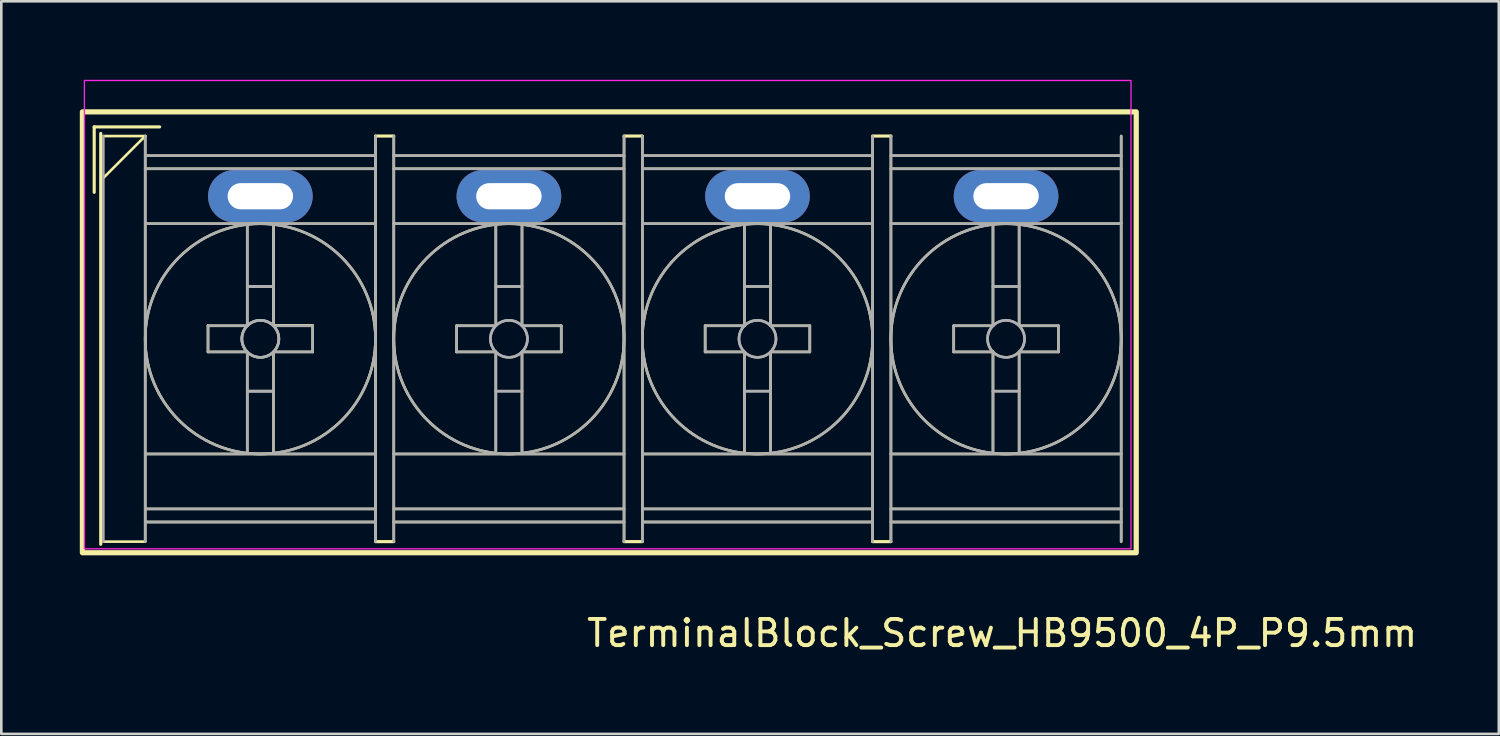
<source format=kicad_pcb>
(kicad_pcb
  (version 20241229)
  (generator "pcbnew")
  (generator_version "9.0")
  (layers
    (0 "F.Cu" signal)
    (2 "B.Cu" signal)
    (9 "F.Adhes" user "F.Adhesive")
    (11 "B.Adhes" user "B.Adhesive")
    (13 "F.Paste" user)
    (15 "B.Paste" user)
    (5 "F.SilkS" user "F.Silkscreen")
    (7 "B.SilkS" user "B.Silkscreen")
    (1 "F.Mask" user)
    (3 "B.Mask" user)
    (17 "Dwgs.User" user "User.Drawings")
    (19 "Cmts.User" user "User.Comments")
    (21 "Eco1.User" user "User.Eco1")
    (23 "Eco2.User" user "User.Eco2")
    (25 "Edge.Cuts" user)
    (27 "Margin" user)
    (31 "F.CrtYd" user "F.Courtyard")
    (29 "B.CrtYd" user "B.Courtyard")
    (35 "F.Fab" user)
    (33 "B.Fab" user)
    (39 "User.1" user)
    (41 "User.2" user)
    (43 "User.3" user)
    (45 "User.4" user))
  (footprint "TerminalBlock_Screw_HB9500_4P_P9.5mm"
    (layer "F.Cu")
    (at 6.9 4.45)
    (property "Reference" "TerminalBlock_Screw_HB9500_4P_P9.5mm" (at 28.35 16.7 0) (layer "F.SilkS") (effects (font (size 1 1) (thickness 0.15))))
    (attr through_hole)
    (fp_line (start -6.35 -2.65) (end -3.85 -2.65) (stroke (width 0.12) (type solid)) (layer "F.SilkS"))
    (fp_line (start -6.35 -0.15) (end -6.35 -2.65) (stroke (width 0.12) (type solid)) (layer "F.SilkS"))
    (fp_line (start -6.1 13.3) (end -6.1 -2.4) (stroke (width 0.12) (type solid)) (layer "F.SilkS"))
    (fp_line (start -6 -2.3) (end -4.4 -2.3) (stroke (width 0.1) (type solid)) (layer "F.SilkS"))
    (fp_line (start -6 13.2) (end -4.4 13.2) (stroke (width 0.1) (type solid)) (layer "F.SilkS"))
    (fp_line (start -4.4 -2.3) (end -6 -0.7) (stroke (width 0.1) (type solid)) (layer "F.SilkS"))
    (fp_line (start -4.4 -2.3) (end -4.4 13.2) (stroke (width 0.1) (type solid)) (layer "F.SilkS"))
    (fp_line (start -4.4 -1.55) (end 4.4 -1.55) (stroke (width 0.1) (type solid)) (layer "F.SilkS"))
    (fp_line (start -4.4 -1.05) (end 4.4 -1.05) (stroke (width 0.1) (type solid)) (layer "F.SilkS"))
    (fp_line (start -4.4 1.05) (end 4.4 1.05) (stroke (width 0.1) (type solid)) (layer "F.SilkS"))
    (fp_line (start -4.4 9.85) (end 4.4 9.85) (stroke (width 0.1) (type solid)) (layer "F.SilkS"))
    (fp_line (start -4.4 11.95) (end 4.4 11.95) (stroke (width 0.1) (type solid)) (layer "F.SilkS"))
    (fp_line (start -4.4 12.45) (end 4.4 12.45) (stroke (width 0.1) (type solid)) (layer "F.SilkS"))
    (fp_line (start -2 4.95) (end -2 5.95) (stroke (width 0.1) (type solid)) (layer "F.SilkS"))
    (fp_line (start -2 5.95) (end -0.5 5.95) (stroke (width 0.1) (type solid)) (layer "F.SilkS"))
    (fp_line (start -0.5 1.1) (end -0.5 4.95) (stroke (width 0.1) (type solid)) (layer "F.SilkS"))
    (fp_line (start -0.5 4.95) (end -2 4.95) (stroke (width 0.1) (type solid)) (layer "F.SilkS"))
    (fp_line (start -0.5 5.95) (end -0.5 9.8) (stroke (width 0.1) (type solid)) (layer "F.SilkS"))
    (fp_line (start 0.5 1.09) (end 0.5 4.94) (stroke (width 0.1) (type solid)) (layer "F.SilkS"))
    (fp_line (start 0.5 1.1) (end 0.5 4.95) (stroke (width 0.1) (type solid)) (layer "F.SilkS"))
    (fp_line (start 0.5 4.94) (end 2 4.94) (stroke (width 0.1) (type solid)) (layer "F.SilkS"))
    (fp_line (start 0.5 4.95) (end 2 4.95) (stroke (width 0.1) (type solid)) (layer "F.SilkS"))
    (fp_line (start 0.5 5.95) (end 0.5 9.8) (stroke (width 0.1) (type solid)) (layer "F.SilkS"))
    (fp_line (start 2 4.95) (end 2 5.95) (stroke (width 0.1) (type solid)) (layer "F.SilkS"))
    (fp_line (start 2 5.95) (end 0.5 5.95) (stroke (width 0.1) (type solid)) (layer "F.SilkS"))
    (fp_line (start 4.4 -2.3) (end 4.4 13.2) (stroke (width 0.1) (type solid)) (layer "F.SilkS"))
    (fp_line (start 4.4 -2.3) (end 5.1 -2.3) (stroke (width 0.12) (type solid)) (layer "F.SilkS"))
    (fp_line (start 5.1 -2.3) (end 5.1 13.2) (stroke (width 0.1) (type solid)) (layer "F.SilkS"))
    (fp_line (start 5.1 -1.55) (end 13.9 -1.55) (stroke (width 0.1) (type solid)) (layer "F.SilkS"))
    (fp_line (start 5.1 -1.05) (end 13.9 -1.05) (stroke (width 0.1) (type solid)) (layer "F.SilkS"))
    (fp_line (start 5.1 1.05) (end 13.9 1.05) (stroke (width 0.1) (type solid)) (layer "F.SilkS"))
    (fp_line (start 5.1 9.85) (end 13.9 9.85) (stroke (width 0.1) (type solid)) (layer "F.SilkS"))
    (fp_line (start 5.1 11.95) (end 13.9 11.95) (stroke (width 0.1) (type solid)) (layer "F.SilkS"))
    (fp_line (start 5.1 12.45) (end 13.9 12.45) (stroke (width 0.1) (type solid)) (layer "F.SilkS"))
    (fp_line (start 5.1 13.2) (end 4.4 13.2) (stroke (width 0.12) (type solid)) (layer "F.SilkS"))
    (fp_line (start 7.5 4.95) (end 7.5 5.95) (stroke (width 0.1) (type solid)) (layer "F.SilkS"))
    (fp_line (start 7.5 5.95) (end 9 5.95) (stroke (width 0.1) (type solid)) (layer "F.SilkS"))
    (fp_line (start 9 1.1) (end 9 4.95) (stroke (width 0.1) (type solid)) (layer "F.SilkS"))
    (fp_line (start 9 4.95) (end 7.5 4.95) (stroke (width 0.1) (type solid)) (layer "F.SilkS"))
    (fp_line (start 9 5.95) (end 9 9.8) (stroke (width 0.1) (type solid)) (layer "F.SilkS"))
    (fp_line (start 10 1.1) (end 10 4.95) (stroke (width 0.1) (type solid)) (layer "F.SilkS"))
    (fp_line (start 10 4.95) (end 11.5 4.95) (stroke (width 0.1) (type solid)) (layer "F.SilkS"))
    (fp_line (start 10 5.95) (end 10 9.8) (stroke (width 0.1) (type solid)) (layer "F.SilkS"))
    (fp_line (start 11.5 4.95) (end 11.5 5.95) (stroke (width 0.1) (type solid)) (layer "F.SilkS"))
    (fp_line (start 11.5 5.95) (end 10 5.95) (stroke (width 0.1) (type solid)) (layer "F.SilkS"))
    (fp_line (start 13.9 -2.3) (end 13.9 13.2) (stroke (width 0.1) (type solid)) (layer "F.SilkS"))
    (fp_line (start 13.9 -2.3) (end 14.6 -2.3) (stroke (width 0.12) (type solid)) (layer "F.SilkS"))
    (fp_line (start 13.9 13.2) (end 14.6 13.2) (stroke (width 0.12) (type solid)) (layer "F.SilkS"))
    (fp_line (start 14.6 -2.3) (end 14.6 13.2) (stroke (width 0.1) (type solid)) (layer "F.SilkS"))
    (fp_line (start 14.6 -1.55) (end 23.4 -1.55) (stroke (width 0.1) (type solid)) (layer "F.SilkS"))
    (fp_line (start 14.6 -1.05) (end 23.4 -1.05) (stroke (width 0.1) (type solid)) (layer "F.SilkS"))
    (fp_line (start 14.6 1.05) (end 23.4 1.05) (stroke (width 0.1) (type solid)) (layer "F.SilkS"))
    (fp_line (start 14.6 9.85) (end 23.4 9.85) (stroke (width 0.1) (type solid)) (layer "F.SilkS"))
    (fp_line (start 14.6 11.95) (end 23.4 11.95) (stroke (width 0.1) (type solid)) (layer "F.SilkS"))
    (fp_line (start 14.6 12.45) (end 23.4 12.45) (stroke (width 0.1) (type solid)) (layer "F.SilkS"))
    (fp_line (start 17 4.95) (end 17 5.95) (stroke (width 0.1) (type solid)) (layer "F.SilkS"))
    (fp_line (start 17 5.95) (end 18.5 5.95) (stroke (width 0.1) (type solid)) (layer "F.SilkS"))
    (fp_line (start 18.5 1.1) (end 18.5 4.95) (stroke (width 0.1) (type solid)) (layer "F.SilkS"))
    (fp_line (start 18.5 4.95) (end 17 4.95) (stroke (width 0.1) (type solid)) (layer "F.SilkS"))
    (fp_line (start 18.5 5.95) (end 18.5 9.8) (stroke (width 0.1) (type solid)) (layer "F.SilkS"))
    (fp_line (start 19.5 1.1) (end 19.5 4.95) (stroke (width 0.1) (type solid)) (layer "F.SilkS"))
    (fp_line (start 19.5 4.95) (end 21 4.95) (stroke (width 0.1) (type solid)) (layer "F.SilkS"))
    (fp_line (start 19.5 5.95) (end 19.5 9.8) (stroke (width 0.1) (type solid)) (layer "F.SilkS"))
    (fp_line (start 21 4.95) (end 21 5.95) (stroke (width 0.1) (type solid)) (layer "F.SilkS"))
    (fp_line (start 21 5.95) (end 19.5 5.95) (stroke (width 0.1) (type solid)) (layer "F.SilkS"))
    (fp_line (start 23.4 -2.3) (end 23.4 13.2) (stroke (width 0.1) (type solid)) (layer "F.SilkS"))
    (fp_line (start 23.4 -2.3) (end 24.1 -2.3) (stroke (width 0.12) (type solid)) (layer "F.SilkS"))
    (fp_line (start 24.1 -2.3) (end 24.1 13.2) (stroke (width 0.1) (type solid)) (layer "F.SilkS"))
    (fp_line (start 24.1 -1.55) (end 32.9 -1.55) (stroke (width 0.1) (type solid)) (layer "F.SilkS"))
    (fp_line (start 24.1 -1.05) (end 32.9 -1.05) (stroke (width 0.1) (type solid)) (layer "F.SilkS"))
    (fp_line (start 24.1 1.05) (end 32.9 1.05) (stroke (width 0.1) (type solid)) (layer "F.SilkS"))
    (fp_line (start 24.1 9.85) (end 32.9 9.85) (stroke (width 0.1) (type solid)) (layer "F.SilkS"))
    (fp_line (start 24.1 11.95) (end 32.9 11.95) (stroke (width 0.1) (type solid)) (layer "F.SilkS"))
    (fp_line (start 24.1 12.45) (end 32.9 12.45) (stroke (width 0.1) (type solid)) (layer "F.SilkS"))
    (fp_line (start 24.1 13.2) (end 23.4 13.2) (stroke (width 0.12) (type solid)) (layer "F.SilkS"))
    (fp_line (start 26.5 4.95) (end 26.5 5.95) (stroke (width 0.1) (type solid)) (layer "F.SilkS"))
    (fp_line (start 26.5 5.95) (end 28 5.95) (stroke (width 0.1) (type solid)) (layer "F.SilkS"))
    (fp_line (start 28 1.1) (end 28 4.95) (stroke (width 0.1) (type solid)) (layer "F.SilkS"))
    (fp_line (start 28 4.95) (end 26.5 4.95) (stroke (width 0.1) (type solid)) (layer "F.SilkS"))
    (fp_line (start 28 5.95) (end 28 9.8) (stroke (width 0.1) (type solid)) (layer "F.SilkS"))
    (fp_line (start 29 1.1) (end 29 4.95) (stroke (width 0.1) (type solid)) (layer "F.SilkS"))
    (fp_line (start 29 4.95) (end 30.5 4.95) (stroke (width 0.1) (type solid)) (layer "F.SilkS"))
    (fp_line (start 29 5.95) (end 29 9.8) (stroke (width 0.1) (type solid)) (layer "F.SilkS"))
    (fp_line (start 30.5 4.95) (end 30.5 5.95) (stroke (width 0.1) (type solid)) (layer "F.SilkS"))
    (fp_line (start 30.5 5.95) (end 29 5.95) (stroke (width 0.1) (type solid)) (layer "F.SilkS"))
    (fp_line (start 32.9 -2.3) (end 32.9 13.2) (stroke (width 0.1) (type solid)) (layer "F.SilkS"))
    (fp_rect (start -6.8 -3.225) (end 33.475 13.625) (stroke (width 0.2) (type solid)) (fill no) (layer "F.SilkS"))
    (fp_circle (center 0 5.45) (end 4.4 5.45) (stroke (width 0.1) (type solid)) (fill no) (layer "F.SilkS"))
    (fp_circle (center 9.5 5.45) (end 13.9 5.45) (stroke (width 0.1) (type solid)) (fill no) (layer "F.SilkS"))
    (fp_circle (center 19 5.45) (end 23.4 5.45) (stroke (width 0.1) (type solid)) (fill no) (layer "F.SilkS"))
    (fp_circle (center 28.5 5.45) (end 32.9 5.45) (stroke (width 0.1) (type solid)) (fill no) (layer "F.SilkS"))
    (fp_rect (start -6.725 -4.425) (end 33.275 13.475) (stroke (width 0.05) (type solid)) (fill no) (layer "F.CrtYd"))
    (fp_line (start -6 -2.3) (end -6 13.2) (stroke (width 0.1) (type solid)) (layer "F.Fab"))
    (fp_line (start -4.4 -2.3) (end -4.4 13.2) (stroke (width 0.1) (type solid)) (layer "F.Fab"))
    (fp_line (start -4.4 -1.55) (end 4.4 -1.55) (stroke (width 0.1) (type solid)) (layer "F.Fab"))
    (fp_line (start -4.4 -1.05) (end 4.4 -1.05) (stroke (width 0.1) (type solid)) (layer "F.Fab"))
    (fp_line (start -4.4 1.05) (end 4.4 1.05) (stroke (width 0.1) (type solid)) (layer "F.Fab"))
    (fp_line (start -4.4 9.85) (end 4.4 9.85) (stroke (width 0.1) (type solid)) (layer "F.Fab"))
    (fp_line (start -4.4 11.95) (end 4.4 11.95) (stroke (width 0.1) (type solid)) (layer "F.Fab"))
    (fp_line (start -4.4 12.45) (end 4.4 12.45) (stroke (width 0.1) (type solid)) (layer "F.Fab"))
    (fp_line (start -2 4.95) (end -2 5.95) (stroke (width 0.1) (type solid)) (layer "F.Fab"))
    (fp_line (start -2 5.95) (end -0.5 5.95) (stroke (width 0.1) (type solid)) (layer "F.Fab"))
    (fp_line (start -0.5 1.1) (end -0.5 4.95) (stroke (width 0.1) (type solid)) (layer "F.Fab"))
    (fp_line (start -0.5 3.45) (end 0.5 3.45) (stroke (width 0.1) (type solid)) (layer "F.Fab"))
    (fp_line (start -0.5 3.45) (end 0.5 3.45) (stroke (width 0.1) (type solid)) (layer "F.Fab"))
    (fp_line (start -0.5 3.45) (end 0.5 3.45) (stroke (width 0.1) (type solid)) (layer "F.Fab"))
    (fp_line (start -0.5 4.95) (end -2 4.95) (stroke (width 0.1) (type solid)) (layer "F.Fab"))
    (fp_line (start -0.5 5.95) (end -0.5 9.8) (stroke (width 0.1) (type solid)) (layer "F.Fab"))
    (fp_line (start -0.5 7.45) (end 0.5 7.45) (stroke (width 0.1) (type solid)) (layer "F.Fab"))
    (fp_line (start -0.5 7.45) (end 0.5 7.45) (stroke (width 0.1) (type solid)) (layer "F.Fab"))
    (fp_line (start -0.5 7.45) (end 0.5 7.45) (stroke (width 0.1) (type solid)) (layer "F.Fab"))
    (fp_line (start 0.5 1.1) (end 0.5 4.95) (stroke (width 0.1) (type solid)) (layer "F.Fab"))
    (fp_line (start 0.5 4.95) (end 2 4.95) (stroke (width 0.1) (type solid)) (layer "F.Fab"))
    (fp_line (start 0.5 5.95) (end 0.5 9.8) (stroke (width 0.1) (type solid)) (layer "F.Fab"))
    (fp_line (start 2 4.95) (end 2 5.95) (stroke (width 0.1) (type solid)) (layer "F.Fab"))
    (fp_line (start 2 5.95) (end 0.5 5.95) (stroke (width 0.1) (type solid)) (layer "F.Fab"))
    (fp_line (start 4.4 -2.3) (end 4.4 13.2) (stroke (width 0.1) (type solid)) (layer "F.Fab"))
    (fp_line (start 5.1 -2.3) (end 5.1 13.2) (stroke (width 0.1) (type solid)) (layer "F.Fab"))
    (fp_line (start 5.1 -1.55) (end 13.9 -1.55) (stroke (width 0.1) (type solid)) (layer "F.Fab"))
    (fp_line (start 5.1 -1.05) (end 13.9 -1.05) (stroke (width 0.1) (type solid)) (layer "F.Fab"))
    (fp_line (start 5.1 1.05) (end 13.9 1.05) (stroke (width 0.1) (type solid)) (layer "F.Fab"))
    (fp_line (start 5.1 9.85) (end 13.9 9.85) (stroke (width 0.1) (type solid)) (layer "F.Fab"))
    (fp_line (start 5.1 11.95) (end 13.9 11.95) (stroke (width 0.1) (type solid)) (layer "F.Fab"))
    (fp_line (start 5.1 12.45) (end 13.9 12.45) (stroke (width 0.1) (type solid)) (layer "F.Fab"))
    (fp_line (start 7.5 4.95) (end 7.5 5.95) (stroke (width 0.1) (type solid)) (layer "F.Fab"))
    (fp_line (start 7.5 5.95) (end 9 5.95) (stroke (width 0.1) (type solid)) (layer "F.Fab"))
    (fp_line (start 9 1.1) (end 9 4.95) (stroke (width 0.1) (type solid)) (layer "F.Fab"))
    (fp_line (start 9 3.45) (end 10 3.45) (stroke (width 0.1) (type solid)) (layer "F.Fab"))
    (fp_line (start 9 3.45) (end 10 3.45) (stroke (width 0.1) (type solid)) (layer "F.Fab"))
    (fp_line (start 9 4.95) (end 7.5 4.95) (stroke (width 0.1) (type solid)) (layer "F.Fab"))
    (fp_line (start 9 5.95) (end 9 9.8) (stroke (width 0.1) (type solid)) (layer "F.Fab"))
    (fp_line (start 9 7.45) (end 10 7.45) (stroke (width 0.1) (type solid)) (layer "F.Fab"))
    (fp_line (start 9 7.45) (end 10 7.45) (stroke (width 0.1) (type solid)) (layer "F.Fab"))
    (fp_line (start 10 1.1) (end 10 4.95) (stroke (width 0.1) (type solid)) (layer "F.Fab"))
    (fp_line (start 10 4.95) (end 11.5 4.95) (stroke (width 0.1) (type solid)) (layer "F.Fab"))
    (fp_line (start 10 5.95) (end 10 9.8) (stroke (width 0.1) (type solid)) (layer "F.Fab"))
    (fp_line (start 11.5 4.95) (end 11.5 5.95) (stroke (width 0.1) (type solid)) (layer "F.Fab"))
    (fp_line (start 11.5 5.95) (end 10 5.95) (stroke (width 0.1) (type solid)) (layer "F.Fab"))
    (fp_line (start 13.9 -2.3) (end 13.9 13.2) (stroke (width 0.1) (type solid)) (layer "F.Fab"))
    (fp_line (start 14.6 -2.3) (end 14.6 13.2) (stroke (width 0.1) (type solid)) (layer "F.Fab"))
    (fp_line (start 14.6 -1.55) (end 23.4 -1.55) (stroke (width 0.1) (type solid)) (layer "F.Fab"))
    (fp_line (start 14.6 -1.05) (end 23.4 -1.05) (stroke (width 0.1) (type solid)) (layer "F.Fab"))
    (fp_line (start 14.6 1.05) (end 23.4 1.05) (stroke (width 0.1) (type solid)) (layer "F.Fab"))
    (fp_line (start 14.6 9.85) (end 23.4 9.85) (stroke (width 0.1) (type solid)) (layer "F.Fab"))
    (fp_line (start 14.6 11.95) (end 23.4 11.95) (stroke (width 0.1) (type solid)) (layer "F.Fab"))
    (fp_line (start 14.6 12.45) (end 23.4 12.45) (stroke (width 0.1) (type solid)) (layer "F.Fab"))
    (fp_line (start 17 4.95) (end 17 5.95) (stroke (width 0.1) (type solid)) (layer "F.Fab"))
    (fp_line (start 17 5.95) (end 18.5 5.95) (stroke (width 0.1) (type solid)) (layer "F.Fab"))
    (fp_line (start 18.5 1.1) (end 18.5 4.95) (stroke (width 0.1) (type solid)) (layer "F.Fab"))
    (fp_line (start 18.5 3.45) (end 19.5 3.45) (stroke (width 0.1) (type solid)) (layer "F.Fab"))
    (fp_line (start 18.5 3.45) (end 19.5 3.45) (stroke (width 0.1) (type solid)) (layer "F.Fab"))
    (fp_line (start 18.5 4.95) (end 17 4.95) (stroke (width 0.1) (type solid)) (layer "F.Fab"))
    (fp_line (start 18.5 5.95) (end 18.5 9.8) (stroke (width 0.1) (type solid)) (layer "F.Fab"))
    (fp_line (start 18.5 7.45) (end 19.5 7.45) (stroke (width 0.1) (type solid)) (layer "F.Fab"))
    (fp_line (start 18.5 7.45) (end 19.5 7.45) (stroke (width 0.1) (type solid)) (layer "F.Fab"))
    (fp_line (start 19.5 1.1) (end 19.5 4.95) (stroke (width 0.1) (type solid)) (layer "F.Fab"))
    (fp_line (start 19.5 4.95) (end 21 4.95) (stroke (width 0.1) (type solid)) (layer "F.Fab"))
    (fp_line (start 19.5 5.95) (end 19.5 9.8) (stroke (width 0.1) (type solid)) (layer "F.Fab"))
    (fp_line (start 21 4.95) (end 21 5.95) (stroke (width 0.1) (type solid)) (layer "F.Fab"))
    (fp_line (start 21 5.95) (end 19.5 5.95) (stroke (width 0.1) (type solid)) (layer "F.Fab"))
    (fp_line (start 23.4 -2.3) (end 23.4 13.2) (stroke (width 0.1) (type solid)) (layer "F.Fab"))
    (fp_line (start 24.1 -2.3) (end 24.1 13.2) (stroke (width 0.1) (type solid)) (layer "F.Fab"))
    (fp_line (start 24.1 -1.55) (end 32.9 -1.55) (stroke (width 0.1) (type solid)) (layer "F.Fab"))
    (fp_line (start 24.1 -1.05) (end 32.9 -1.05) (stroke (width 0.1) (type solid)) (layer "F.Fab"))
    (fp_line (start 24.1 1.05) (end 32.9 1.05) (stroke (width 0.1) (type solid)) (layer "F.Fab"))
    (fp_line (start 24.1 9.85) (end 32.9 9.85) (stroke (width 0.1) (type solid)) (layer "F.Fab"))
    (fp_line (start 24.1 11.95) (end 32.9 11.95) (stroke (width 0.1) (type solid)) (layer "F.Fab"))
    (fp_line (start 24.1 12.45) (end 32.9 12.45) (stroke (width 0.1) (type solid)) (layer "F.Fab"))
    (fp_line (start 26.5 4.95) (end 26.5 5.95) (stroke (width 0.1) (type solid)) (layer "F.Fab"))
    (fp_line (start 26.5 5.95) (end 28 5.95) (stroke (width 0.1) (type solid)) (layer "F.Fab"))
    (fp_line (start 28 1.1) (end 28 4.95) (stroke (width 0.1) (type solid)) (layer "F.Fab"))
    (fp_line (start 28 3.45) (end 29 3.45) (stroke (width 0.1) (type solid)) (layer "F.Fab"))
    (fp_line (start 28 3.45) (end 29 3.45) (stroke (width 0.1) (type solid)) (layer "F.Fab"))
    (fp_line (start 28 4.95) (end 26.5 4.95) (stroke (width 0.1) (type solid)) (layer "F.Fab"))
    (fp_line (start 28 5.95) (end 28 9.8) (stroke (width 0.1) (type solid)) (layer "F.Fab"))
    (fp_line (start 28 7.45) (end 29 7.45) (stroke (width 0.1) (type solid)) (layer "F.Fab"))
    (fp_line (start 28 7.45) (end 29 7.45) (stroke (width 0.1) (type solid)) (layer "F.Fab"))
    (fp_line (start 29 1.1) (end 29 4.95) (stroke (width 0.1) (type solid)) (layer "F.Fab"))
    (fp_line (start 29 4.95) (end 30.5 4.95) (stroke (width 0.1) (type solid)) (layer "F.Fab"))
    (fp_line (start 29 5.95) (end 29 9.8) (stroke (width 0.1) (type solid)) (layer "F.Fab"))
    (fp_line (start 30.5 4.95) (end 30.5 5.95) (stroke (width 0.1) (type solid)) (layer "F.Fab"))
    (fp_line (start 30.5 5.95) (end 29 5.95) (stroke (width 0.1) (type solid)) (layer "F.Fab"))
    (fp_line (start 32.9 -2.3) (end 32.9 13.2) (stroke (width 0.1) (type solid)) (layer "F.Fab"))
    (fp_circle (center 0 5.45) (end 0.5 5.95) (stroke (width 0.1) (type solid)) (fill no) (layer "F.Fab"))
    (fp_circle (center 0 5.45) (end 0.5 5.95) (stroke (width 0.1) (type solid)) (fill no) (layer "F.Fab"))
    (fp_circle (center 0 5.45) (end 0.5 5.95) (stroke (width 0.1) (type solid)) (fill no) (layer "F.Fab"))
    (fp_circle (center 0 5.45) (end 4.4 5.45) (stroke (width 0.1) (type solid)) (fill no) (layer "F.Fab"))
    (fp_circle (center 9.5 5.45) (end 10 5.95) (stroke (width 0.1) (type solid)) (fill no) (layer "F.Fab"))
    (fp_circle (center 9.5 5.45) (end 10 5.95) (stroke (width 0.1) (type solid)) (fill no) (layer "F.Fab"))
    (fp_circle (center 9.5 5.45) (end 13.9 5.45) (stroke (width 0.1) (type solid)) (fill no) (layer "F.Fab"))
    (fp_circle (center 19 5.45) (end 19.5 5.95) (stroke (width 0.1) (type solid)) (fill no) (layer "F.Fab"))
    (fp_circle (center 19 5.45) (end 19.5 5.95) (stroke (width 0.1) (type solid)) (fill no) (layer "F.Fab"))
    (fp_circle (center 19 5.45) (end 23.4 5.45) (stroke (width 0.1) (type solid)) (fill no) (layer "F.Fab"))
    (fp_circle (center 28.5 5.45) (end 29 5.95) (stroke (width 0.1) (type solid)) (fill no) (layer "F.Fab"))
    (fp_circle (center 28.5 5.45) (end 29 5.95) (stroke (width 0.1) (type solid)) (fill no) (layer "F.Fab"))
    (fp_circle (center 28.5 5.45) (end 32.9 5.45) (stroke (width 0.1) (type solid)) (fill no) (layer "F.Fab"))
    (pad "1" thru_hole oval (at 0 0) (size 4 2) (drill oval 2.5 1) (layers "*.Cu" "*.Mask"))
    (pad "2" thru_hole oval (at 9.5 0) (size 4 2) (drill oval 2.5 1) (layers "*.Cu" "*.Mask"))
    (pad "3" thru_hole oval (at 19 0) (size 4 2) (drill oval 2.5 1) (layers "*.Cu" "*.Mask"))
    (pad "4" thru_hole oval (at 28.5 0) (size 4 2) (drill oval 2.5 1) (layers "*.Cu" "*.Mask")))
  (gr_rect
    (start -3 -3)
    (end 54.232 24.998)
    (stroke (width 0.1) (type default))
    (fill no)
    (layer "Edge.Cuts")))
</source>
